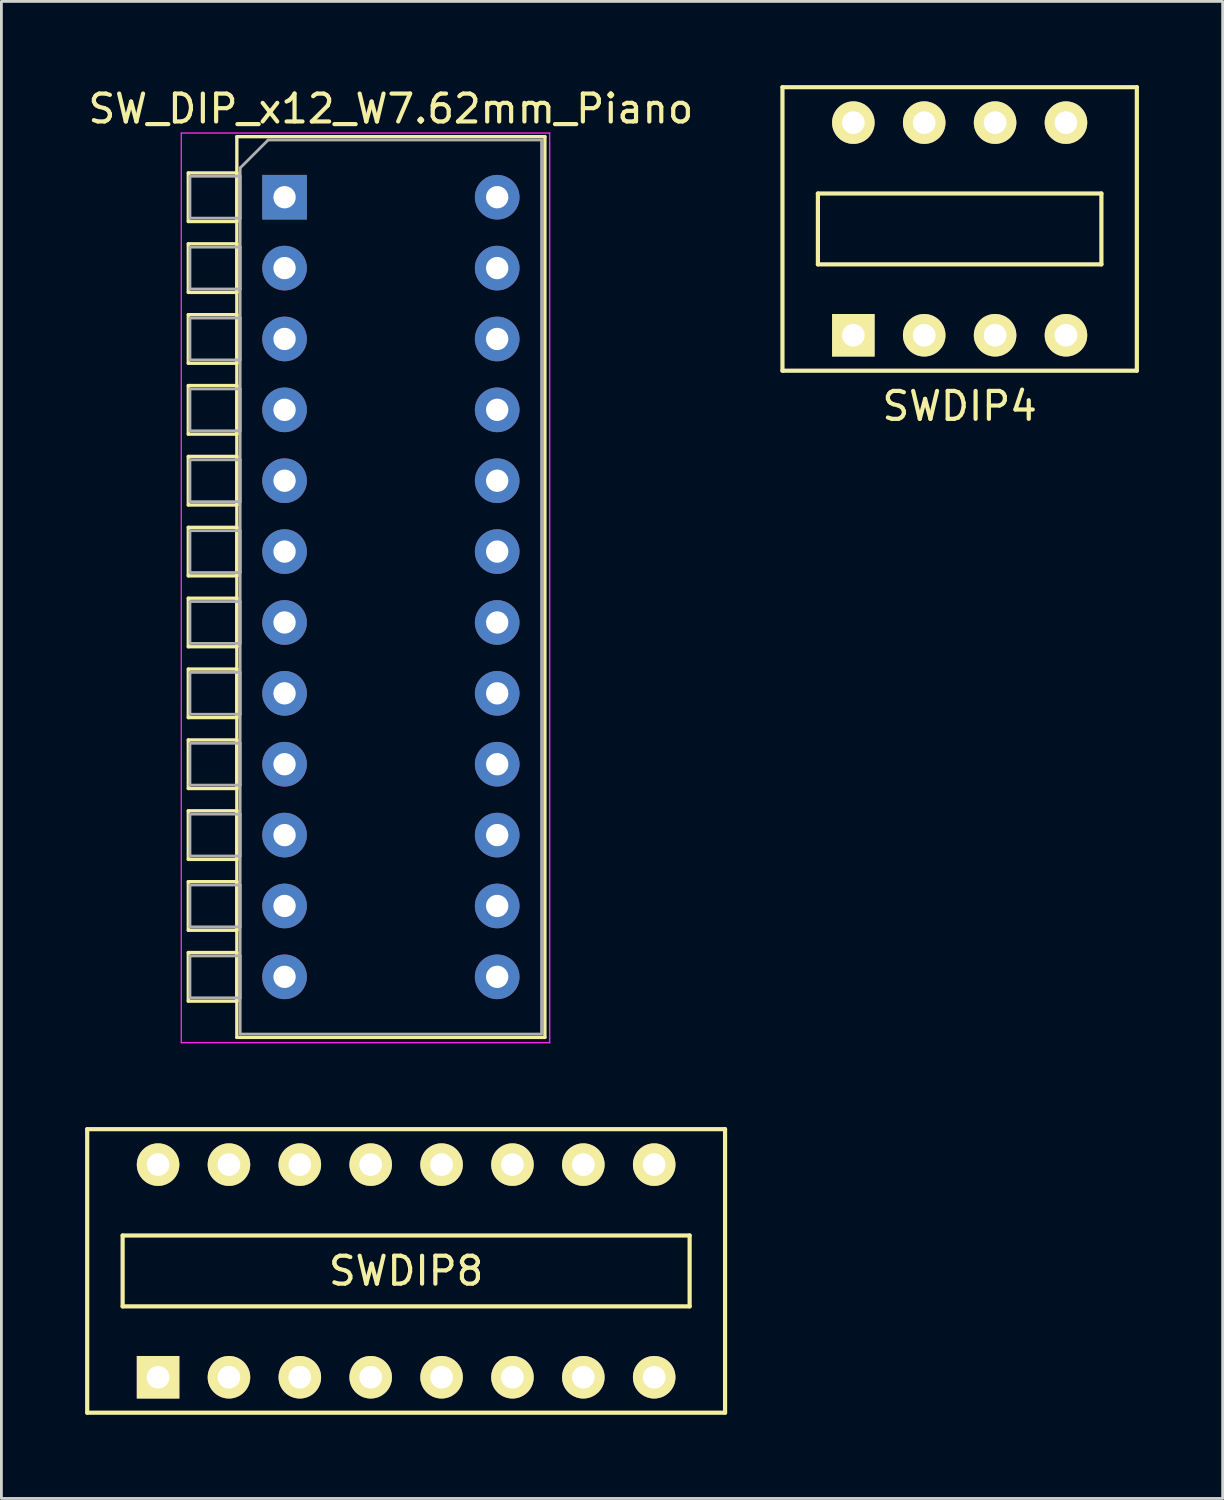
<source format=kicad_pcb>
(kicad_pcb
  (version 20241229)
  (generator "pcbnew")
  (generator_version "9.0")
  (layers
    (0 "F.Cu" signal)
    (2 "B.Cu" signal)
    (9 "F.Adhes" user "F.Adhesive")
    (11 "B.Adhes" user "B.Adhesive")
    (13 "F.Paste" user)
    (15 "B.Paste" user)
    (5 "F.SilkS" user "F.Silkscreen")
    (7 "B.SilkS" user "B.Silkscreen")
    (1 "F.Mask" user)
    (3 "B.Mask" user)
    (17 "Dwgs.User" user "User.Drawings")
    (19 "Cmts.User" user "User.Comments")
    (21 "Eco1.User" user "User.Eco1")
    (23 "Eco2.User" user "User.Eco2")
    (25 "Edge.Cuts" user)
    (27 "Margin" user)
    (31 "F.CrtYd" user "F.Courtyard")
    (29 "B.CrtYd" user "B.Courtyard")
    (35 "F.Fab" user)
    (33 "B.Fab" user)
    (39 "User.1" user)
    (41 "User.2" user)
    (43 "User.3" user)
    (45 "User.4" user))
  (footprint "SWDIP8"
    (layer "F.Cu")
    (at 11.505 42.498)
    (property "Reference" "SWDIP8" (at 0 0 0) (layer "F.SilkS") (effects (font (size 1 1) (thickness 0.15))))
    (attr through_hole)
    (fp_line (start -11.43 -5.08) (end -11.43 5.08) (stroke (width 0.15) (type solid)) (layer "F.SilkS"))
    (fp_line (start -11.43 5.08) (end 11.43 5.08) (stroke (width 0.15) (type solid)) (layer "F.SilkS"))
    (fp_line (start -10.16 -1.27) (end 10.16 -1.27) (stroke (width 0.15) (type solid)) (layer "F.SilkS"))
    (fp_line (start -10.16 1.27) (end -10.16 -1.27) (stroke (width 0.15) (type solid)) (layer "F.SilkS"))
    (fp_line (start 10.16 -1.27) (end 10.16 1.27) (stroke (width 0.15) (type solid)) (layer "F.SilkS"))
    (fp_line (start 10.16 1.27) (end -10.16 1.27) (stroke (width 0.15) (type solid)) (layer "F.SilkS"))
    (fp_line (start 11.43 -5.08) (end -11.43 -5.08) (stroke (width 0.15) (type solid)) (layer "F.SilkS"))
    (fp_line (start 11.43 5.08) (end 11.43 -5.08) (stroke (width 0.15) (type solid)) (layer "F.SilkS"))
    (pad "1" thru_hole rect (at -8.89 3.81) (size 1.524 1.524) (drill 0.813) (layers "*.Cu" "*.Mask" "F.SilkS"))
    (pad "2" thru_hole circle (at -6.35 3.81) (size 1.524 1.524) (drill 0.813) (layers "*.Cu" "*.Mask" "F.SilkS"))
    (pad "3" thru_hole circle (at -3.81 3.81) (size 1.524 1.524) (drill 0.813) (layers "*.Cu" "*.Mask" "F.SilkS"))
    (pad "4" thru_hole circle (at -1.27 3.81) (size 1.524 1.524) (drill 0.813) (layers "*.Cu" "*.Mask" "F.SilkS"))
    (pad "5" thru_hole circle (at 1.27 3.81) (size 1.524 1.524) (drill 0.813) (layers "*.Cu" "*.Mask" "F.SilkS"))
    (pad "6" thru_hole circle (at 3.81 3.81) (size 1.524 1.524) (drill 0.813) (layers "*.Cu" "*.Mask" "F.SilkS"))
    (pad "7" thru_hole circle (at 6.35 3.81) (size 1.524 1.524) (drill 0.813) (layers "*.Cu" "*.Mask" "F.SilkS"))
    (pad "8" thru_hole circle (at 8.89 3.81) (size 1.524 1.524) (drill 0.813) (layers "*.Cu" "*.Mask" "F.SilkS"))
    (pad "9" thru_hole circle (at 8.89 -3.81) (size 1.524 1.524) (drill 0.813) (layers "*.Cu" "*.Mask" "F.SilkS"))
    (pad "10" thru_hole circle (at 6.35 -3.81) (size 1.524 1.524) (drill 0.813) (layers "*.Cu" "*.Mask" "F.SilkS"))
    (pad "11" thru_hole circle (at 3.81 -3.81) (size 1.524 1.524) (drill 0.813) (layers "*.Cu" "*.Mask" "F.SilkS"))
    (pad "12" thru_hole circle (at 1.27 -3.81) (size 1.524 1.524) (drill 0.813) (layers "*.Cu" "*.Mask" "F.SilkS"))
    (pad "13" thru_hole circle (at -1.27 -3.81) (size 1.524 1.524) (drill 0.813) (layers "*.Cu" "*.Mask" "F.SilkS"))
    (pad "14" thru_hole circle (at -3.81 -3.81) (size 1.524 1.524) (drill 0.813) (layers "*.Cu" "*.Mask" "F.SilkS"))
    (pad "15" thru_hole circle (at -6.35 -3.81) (size 1.524 1.524) (drill 0.813) (layers "*.Cu" "*.Mask" "F.SilkS"))
    (pad "16" thru_hole circle (at -8.89 -3.81) (size 1.524 1.524) (drill 0.813) (layers "*.Cu" "*.Mask" "F.SilkS")))
  (footprint "SW_DIP_x12_W7.62mm_Piano"
    (layer "F.Cu")
    (at 7.148 4.018)
    (property "Reference" "SW_DIP_x12_W7.62mm_Piano" (at 3.81 -3.17 0) (layer "F.SilkS") (effects (font (size 1 1) (thickness 0.15))))
    (attr through_hole)
    (fp_line (start -3.45 -0.87) (end -3.45 0.87) (stroke (width 0.12) (type solid)) (layer "F.SilkS"))
    (fp_line (start -3.45 0.87) (end -1.71 0.87) (stroke (width 0.12) (type solid)) (layer "F.SilkS"))
    (fp_line (start -3.45 1.67) (end -3.45 3.41) (stroke (width 0.12) (type solid)) (layer "F.SilkS"))
    (fp_line (start -3.45 3.41) (end -1.71 3.41) (stroke (width 0.12) (type solid)) (layer "F.SilkS"))
    (fp_line (start -3.45 4.21) (end -3.45 5.95) (stroke (width 0.12) (type solid)) (layer "F.SilkS"))
    (fp_line (start -3.45 5.95) (end -1.71 5.95) (stroke (width 0.12) (type solid)) (layer "F.SilkS"))
    (fp_line (start -3.45 6.75) (end -3.45 8.49) (stroke (width 0.12) (type solid)) (layer "F.SilkS"))
    (fp_line (start -3.45 8.49) (end -1.71 8.49) (stroke (width 0.12) (type solid)) (layer "F.SilkS"))
    (fp_line (start -3.45 9.29) (end -3.45 11.03) (stroke (width 0.12) (type solid)) (layer "F.SilkS"))
    (fp_line (start -3.45 11.03) (end -1.71 11.03) (stroke (width 0.12) (type solid)) (layer "F.SilkS"))
    (fp_line (start -3.45 11.83) (end -3.45 13.57) (stroke (width 0.12) (type solid)) (layer "F.SilkS"))
    (fp_line (start -3.45 13.57) (end -1.71 13.57) (stroke (width 0.12) (type solid)) (layer "F.SilkS"))
    (fp_line (start -3.45 14.37) (end -3.45 16.11) (stroke (width 0.12) (type solid)) (layer "F.SilkS"))
    (fp_line (start -3.45 16.11) (end -1.71 16.11) (stroke (width 0.12) (type solid)) (layer "F.SilkS"))
    (fp_line (start -3.45 16.91) (end -3.45 18.65) (stroke (width 0.12) (type solid)) (layer "F.SilkS"))
    (fp_line (start -3.45 18.65) (end -1.71 18.65) (stroke (width 0.12) (type solid)) (layer "F.SilkS"))
    (fp_line (start -3.45 19.45) (end -3.45 21.19) (stroke (width 0.12) (type solid)) (layer "F.SilkS"))
    (fp_line (start -3.45 21.19) (end -1.71 21.19) (stroke (width 0.12) (type solid)) (layer "F.SilkS"))
    (fp_line (start -3.45 21.99) (end -3.45 23.73) (stroke (width 0.12) (type solid)) (layer "F.SilkS"))
    (fp_line (start -3.45 23.73) (end -1.71 23.73) (stroke (width 0.12) (type solid)) (layer "F.SilkS"))
    (fp_line (start -3.45 24.53) (end -3.45 26.27) (stroke (width 0.12) (type solid)) (layer "F.SilkS"))
    (fp_line (start -3.45 26.27) (end -1.71 26.27) (stroke (width 0.12) (type solid)) (layer "F.SilkS"))
    (fp_line (start -3.45 27.07) (end -3.45 28.81) (stroke (width 0.12) (type solid)) (layer "F.SilkS"))
    (fp_line (start -3.45 28.81) (end -1.71 28.81) (stroke (width 0.12) (type solid)) (layer "F.SilkS"))
    (fp_line (start -1.71 -2.17) (end 9.33 -2.17) (stroke (width 0.12) (type solid)) (layer "F.SilkS"))
    (fp_line (start -1.71 -0.87) (end -3.45 -0.87) (stroke (width 0.12) (type solid)) (layer "F.SilkS"))
    (fp_line (start -1.71 0.87) (end -1.71 -0.87) (stroke (width 0.12) (type solid)) (layer "F.SilkS"))
    (fp_line (start -1.71 1.67) (end -3.45 1.67) (stroke (width 0.12) (type solid)) (layer "F.SilkS"))
    (fp_line (start -1.71 3.41) (end -1.71 1.67) (stroke (width 0.12) (type solid)) (layer "F.SilkS"))
    (fp_line (start -1.71 4.21) (end -3.45 4.21) (stroke (width 0.12) (type solid)) (layer "F.SilkS"))
    (fp_line (start -1.71 5.95) (end -1.71 4.21) (stroke (width 0.12) (type solid)) (layer "F.SilkS"))
    (fp_line (start -1.71 6.75) (end -3.45 6.75) (stroke (width 0.12) (type solid)) (layer "F.SilkS"))
    (fp_line (start -1.71 8.49) (end -1.71 6.75) (stroke (width 0.12) (type solid)) (layer "F.SilkS"))
    (fp_line (start -1.71 9.29) (end -3.45 9.29) (stroke (width 0.12) (type solid)) (layer "F.SilkS"))
    (fp_line (start -1.71 11.03) (end -1.71 9.29) (stroke (width 0.12) (type solid)) (layer "F.SilkS"))
    (fp_line (start -1.71 11.83) (end -3.45 11.83) (stroke (width 0.12) (type solid)) (layer "F.SilkS"))
    (fp_line (start -1.71 13.57) (end -1.71 11.83) (stroke (width 0.12) (type solid)) (layer "F.SilkS"))
    (fp_line (start -1.71 14.37) (end -3.45 14.37) (stroke (width 0.12) (type solid)) (layer "F.SilkS"))
    (fp_line (start -1.71 16.11) (end -1.71 14.37) (stroke (width 0.12) (type solid)) (layer "F.SilkS"))
    (fp_line (start -1.71 16.91) (end -3.45 16.91) (stroke (width 0.12) (type solid)) (layer "F.SilkS"))
    (fp_line (start -1.71 18.65) (end -1.71 16.91) (stroke (width 0.12) (type solid)) (layer "F.SilkS"))
    (fp_line (start -1.71 19.45) (end -3.45 19.45) (stroke (width 0.12) (type solid)) (layer "F.SilkS"))
    (fp_line (start -1.71 21.19) (end -1.71 19.45) (stroke (width 0.12) (type solid)) (layer "F.SilkS"))
    (fp_line (start -1.71 21.99) (end -3.45 21.99) (stroke (width 0.12) (type solid)) (layer "F.SilkS"))
    (fp_line (start -1.71 23.73) (end -1.71 21.99) (stroke (width 0.12) (type solid)) (layer "F.SilkS"))
    (fp_line (start -1.71 24.53) (end -3.45 24.53) (stroke (width 0.12) (type solid)) (layer "F.SilkS"))
    (fp_line (start -1.71 26.27) (end -1.71 24.53) (stroke (width 0.12) (type solid)) (layer "F.SilkS"))
    (fp_line (start -1.71 27.07) (end -3.45 27.07) (stroke (width 0.12) (type solid)) (layer "F.SilkS"))
    (fp_line (start -1.71 28.81) (end -1.71 27.07) (stroke (width 0.12) (type solid)) (layer "F.SilkS"))
    (fp_line (start -1.71 30.11) (end -1.71 -2.17) (stroke (width 0.12) (type solid)) (layer "F.SilkS"))
    (fp_line (start 9.33 -2.17) (end 9.33 30.11) (stroke (width 0.12) (type solid)) (layer "F.SilkS"))
    (fp_line (start 9.33 30.11) (end -1.71 30.11) (stroke (width 0.12) (type solid)) (layer "F.SilkS"))
    (fp_line (start -3.7 -2.3) (end -3.7 30.3) (stroke (width 0.05) (type solid)) (layer "F.CrtYd"))
    (fp_line (start -3.7 30.3) (end 9.5 30.3) (stroke (width 0.05) (type solid)) (layer "F.CrtYd"))
    (fp_line (start 9.5 -2.3) (end -3.7 -2.3) (stroke (width 0.05) (type solid)) (layer "F.CrtYd"))
    (fp_line (start 9.5 30.3) (end 9.5 -2.3) (stroke (width 0.05) (type solid)) (layer "F.CrtYd"))
    (fp_line (start -3.39 -0.75) (end -1.59 -0.75) (stroke (width 0.1) (type solid)) (layer "F.Fab"))
    (fp_line (start -3.39 0.75) (end -3.39 -0.75) (stroke (width 0.1) (type solid)) (layer "F.Fab"))
    (fp_line (start -3.39 1.79) (end -1.59 1.79) (stroke (width 0.1) (type solid)) (layer "F.Fab"))
    (fp_line (start -3.39 3.29) (end -3.39 1.79) (stroke (width 0.1) (type solid)) (layer "F.Fab"))
    (fp_line (start -3.39 4.33) (end -1.59 4.33) (stroke (width 0.1) (type solid)) (layer "F.Fab"))
    (fp_line (start -3.39 5.83) (end -3.39 4.33) (stroke (width 0.1) (type solid)) (layer "F.Fab"))
    (fp_line (start -3.39 6.87) (end -1.59 6.87) (stroke (width 0.1) (type solid)) (layer "F.Fab"))
    (fp_line (start -3.39 8.37) (end -3.39 6.87) (stroke (width 0.1) (type solid)) (layer "F.Fab"))
    (fp_line (start -3.39 9.41) (end -1.59 9.41) (stroke (width 0.1) (type solid)) (layer "F.Fab"))
    (fp_line (start -3.39 10.91) (end -3.39 9.41) (stroke (width 0.1) (type solid)) (layer "F.Fab"))
    (fp_line (start -3.39 11.95) (end -1.59 11.95) (stroke (width 0.1) (type solid)) (layer "F.Fab"))
    (fp_line (start -3.39 13.45) (end -3.39 11.95) (stroke (width 0.1) (type solid)) (layer "F.Fab"))
    (fp_line (start -3.39 14.49) (end -1.59 14.49) (stroke (width 0.1) (type solid)) (layer "F.Fab"))
    (fp_line (start -3.39 15.99) (end -3.39 14.49) (stroke (width 0.1) (type solid)) (layer "F.Fab"))
    (fp_line (start -3.39 17.03) (end -1.59 17.03) (stroke (width 0.1) (type solid)) (layer "F.Fab"))
    (fp_line (start -3.39 18.53) (end -3.39 17.03) (stroke (width 0.1) (type solid)) (layer "F.Fab"))
    (fp_line (start -3.39 19.57) (end -1.59 19.57) (stroke (width 0.1) (type solid)) (layer "F.Fab"))
    (fp_line (start -3.39 21.07) (end -3.39 19.57) (stroke (width 0.1) (type solid)) (layer "F.Fab"))
    (fp_line (start -3.39 22.11) (end -1.59 22.11) (stroke (width 0.1) (type solid)) (layer "F.Fab"))
    (fp_line (start -3.39 23.61) (end -3.39 22.11) (stroke (width 0.1) (type solid)) (layer "F.Fab"))
    (fp_line (start -3.39 24.65) (end -1.59 24.65) (stroke (width 0.1) (type solid)) (layer "F.Fab"))
    (fp_line (start -3.39 26.15) (end -3.39 24.65) (stroke (width 0.1) (type solid)) (layer "F.Fab"))
    (fp_line (start -3.39 27.19) (end -1.59 27.19) (stroke (width 0.1) (type solid)) (layer "F.Fab"))
    (fp_line (start -3.39 28.69) (end -3.39 27.19) (stroke (width 0.1) (type solid)) (layer "F.Fab"))
    (fp_line (start -1.59 -1.05) (end -0.59 -2.05) (stroke (width 0.1) (type solid)) (layer "F.Fab"))
    (fp_line (start -1.59 -0.75) (end -1.59 0.75) (stroke (width 0.1) (type solid)) (layer "F.Fab"))
    (fp_line (start -1.59 0.75) (end -3.39 0.75) (stroke (width 0.1) (type solid)) (layer "F.Fab"))
    (fp_line (start -1.59 1.79) (end -1.59 3.29) (stroke (width 0.1) (type solid)) (layer "F.Fab"))
    (fp_line (start -1.59 3.29) (end -3.39 3.29) (stroke (width 0.1) (type solid)) (layer "F.Fab"))
    (fp_line (start -1.59 4.33) (end -1.59 5.83) (stroke (width 0.1) (type solid)) (layer "F.Fab"))
    (fp_line (start -1.59 5.83) (end -3.39 5.83) (stroke (width 0.1) (type solid)) (layer "F.Fab"))
    (fp_line (start -1.59 6.87) (end -1.59 8.37) (stroke (width 0.1) (type solid)) (layer "F.Fab"))
    (fp_line (start -1.59 8.37) (end -3.39 8.37) (stroke (width 0.1) (type solid)) (layer "F.Fab"))
    (fp_line (start -1.59 9.41) (end -1.59 10.91) (stroke (width 0.1) (type solid)) (layer "F.Fab"))
    (fp_line (start -1.59 10.91) (end -3.39 10.91) (stroke (width 0.1) (type solid)) (layer "F.Fab"))
    (fp_line (start -1.59 11.95) (end -1.59 13.45) (stroke (width 0.1) (type solid)) (layer "F.Fab"))
    (fp_line (start -1.59 13.45) (end -3.39 13.45) (stroke (width 0.1) (type solid)) (layer "F.Fab"))
    (fp_line (start -1.59 14.49) (end -1.59 15.99) (stroke (width 0.1) (type solid)) (layer "F.Fab"))
    (fp_line (start -1.59 15.99) (end -3.39 15.99) (stroke (width 0.1) (type solid)) (layer "F.Fab"))
    (fp_line (start -1.59 17.03) (end -1.59 18.53) (stroke (width 0.1) (type solid)) (layer "F.Fab"))
    (fp_line (start -1.59 18.53) (end -3.39 18.53) (stroke (width 0.1) (type solid)) (layer "F.Fab"))
    (fp_line (start -1.59 19.57) (end -1.59 21.07) (stroke (width 0.1) (type solid)) (layer "F.Fab"))
    (fp_line (start -1.59 21.07) (end -3.39 21.07) (stroke (width 0.1) (type solid)) (layer "F.Fab"))
    (fp_line (start -1.59 22.11) (end -1.59 23.61) (stroke (width 0.1) (type solid)) (layer "F.Fab"))
    (fp_line (start -1.59 23.61) (end -3.39 23.61) (stroke (width 0.1) (type solid)) (layer "F.Fab"))
    (fp_line (start -1.59 24.65) (end -1.59 26.15) (stroke (width 0.1) (type solid)) (layer "F.Fab"))
    (fp_line (start -1.59 26.15) (end -3.39 26.15) (stroke (width 0.1) (type solid)) (layer "F.Fab"))
    (fp_line (start -1.59 27.19) (end -1.59 28.69) (stroke (width 0.1) (type solid)) (layer "F.Fab"))
    (fp_line (start -1.59 28.69) (end -3.39 28.69) (stroke (width 0.1) (type solid)) (layer "F.Fab"))
    (fp_line (start -1.59 29.99) (end -1.59 -1.05) (stroke (width 0.1) (type solid)) (layer "F.Fab"))
    (fp_line (start -0.59 -2.05) (end 9.21 -2.05) (stroke (width 0.1) (type solid)) (layer "F.Fab"))
    (fp_line (start 9.21 -2.05) (end 9.21 29.99) (stroke (width 0.1) (type solid)) (layer "F.Fab"))
    (fp_line (start 9.21 29.99) (end -1.59 29.99) (stroke (width 0.1) (type solid)) (layer "F.Fab"))
    (pad "1" thru_hole rect (at 0 0) (size 1.6 1.6) (drill 0.8) (layers "*.Cu" "*.Mask"))
    (pad "2" thru_hole oval (at 0 2.54) (size 1.6 1.6) (drill 0.8) (layers "*.Cu" "*.Mask"))
    (pad "3" thru_hole oval (at 0 5.08) (size 1.6 1.6) (drill 0.8) (layers "*.Cu" "*.Mask"))
    (pad "4" thru_hole oval (at 0 7.62) (size 1.6 1.6) (drill 0.8) (layers "*.Cu" "*.Mask"))
    (pad "5" thru_hole oval (at 0 10.16) (size 1.6 1.6) (drill 0.8) (layers "*.Cu" "*.Mask"))
    (pad "6" thru_hole oval (at 0 12.7) (size 1.6 1.6) (drill 0.8) (layers "*.Cu" "*.Mask"))
    (pad "7" thru_hole oval (at 0 15.24) (size 1.6 1.6) (drill 0.8) (layers "*.Cu" "*.Mask"))
    (pad "8" thru_hole oval (at 0 17.78) (size 1.6 1.6) (drill 0.8) (layers "*.Cu" "*.Mask"))
    (pad "9" thru_hole oval (at 0 20.32) (size 1.6 1.6) (drill 0.8) (layers "*.Cu" "*.Mask"))
    (pad "10" thru_hole oval (at 0 22.86) (size 1.6 1.6) (drill 0.8) (layers "*.Cu" "*.Mask"))
    (pad "11" thru_hole oval (at 0 25.4) (size 1.6 1.6) (drill 0.8) (layers "*.Cu" "*.Mask"))
    (pad "12" thru_hole oval (at 0 27.94) (size 1.6 1.6) (drill 0.8) (layers "*.Cu" "*.Mask"))
    (pad "13" thru_hole oval (at 7.62 27.94) (size 1.6 1.6) (drill 0.8) (layers "*.Cu" "*.Mask"))
    (pad "14" thru_hole oval (at 7.62 25.4) (size 1.6 1.6) (drill 0.8) (layers "*.Cu" "*.Mask"))
    (pad "15" thru_hole oval (at 7.62 22.86) (size 1.6 1.6) (drill 0.8) (layers "*.Cu" "*.Mask"))
    (pad "16" thru_hole oval (at 7.62 20.32) (size 1.6 1.6) (drill 0.8) (layers "*.Cu" "*.Mask"))
    (pad "17" thru_hole oval (at 7.62 17.78) (size 1.6 1.6) (drill 0.8) (layers "*.Cu" "*.Mask"))
    (pad "18" thru_hole oval (at 7.62 15.24) (size 1.6 1.6) (drill 0.8) (layers "*.Cu" "*.Mask"))
    (pad "19" thru_hole oval (at 7.62 12.7) (size 1.6 1.6) (drill 0.8) (layers "*.Cu" "*.Mask"))
    (pad "20" thru_hole oval (at 7.62 10.16) (size 1.6 1.6) (drill 0.8) (layers "*.Cu" "*.Mask"))
    (pad "21" thru_hole oval (at 7.62 7.62) (size 1.6 1.6) (drill 0.8) (layers "*.Cu" "*.Mask"))
    (pad "22" thru_hole oval (at 7.62 5.08) (size 1.6 1.6) (drill 0.8) (layers "*.Cu" "*.Mask"))
    (pad "23" thru_hole oval (at 7.62 2.54) (size 1.6 1.6) (drill 0.8) (layers "*.Cu" "*.Mask"))
    (pad "24" thru_hole oval (at 7.62 0) (size 1.6 1.6) (drill 0.8) (layers "*.Cu" "*.Mask")))
  (footprint "SWDIP4"
    (layer "F.Cu")
    (at 31.342 5.155)
    (property "Reference" "SWDIP4" (at 0 6.35 0) (layer "F.SilkS") (effects (font (size 1 1) (thickness 0.15))))
    (attr through_hole)
    (fp_line (start -6.35 -5.08) (end 6.35 -5.08) (stroke (width 0.15) (type solid)) (layer "F.SilkS"))
    (fp_line (start -6.35 5.08) (end -6.35 -5.08) (stroke (width 0.15) (type solid)) (layer "F.SilkS"))
    (fp_line (start -5.08 -1.27) (end 5.08 -1.27) (stroke (width 0.15) (type solid)) (layer "F.SilkS"))
    (fp_line (start -5.08 1.27) (end -5.08 -1.27) (stroke (width 0.15) (type solid)) (layer "F.SilkS"))
    (fp_line (start 5.08 -1.27) (end 5.08 1.27) (stroke (width 0.15) (type solid)) (layer "F.SilkS"))
    (fp_line (start 5.08 1.27) (end -5.08 1.27) (stroke (width 0.15) (type solid)) (layer "F.SilkS"))
    (fp_line (start 6.35 -5.08) (end 6.35 5.08) (stroke (width 0.15) (type solid)) (layer "F.SilkS"))
    (fp_line (start 6.35 5.08) (end -6.35 5.08) (stroke (width 0.15) (type solid)) (layer "F.SilkS"))
    (pad "1" thru_hole rect (at -3.81 3.81) (size 1.524 1.524) (drill 0.813) (layers "*.Cu" "*.Mask" "F.SilkS"))
    (pad "2" thru_hole circle (at -1.27 3.81) (size 1.524 1.524) (drill 0.813) (layers "*.Cu" "*.Mask" "F.SilkS"))
    (pad "3" thru_hole circle (at 1.27 3.81) (size 1.524 1.524) (drill 0.813) (layers "*.Cu" "*.Mask" "F.SilkS"))
    (pad "4" thru_hole circle (at 3.81 3.81) (size 1.524 1.524) (drill 0.813) (layers "*.Cu" "*.Mask" "F.SilkS"))
    (pad "5" thru_hole circle (at 3.81 -3.81) (size 1.524 1.524) (drill 0.813) (layers "*.Cu" "*.Mask" "F.SilkS"))
    (pad "6" thru_hole circle (at 1.27 -3.81) (size 1.524 1.524) (drill 0.813) (layers "*.Cu" "*.Mask" "F.SilkS"))
    (pad "7" thru_hole circle (at -1.27 -3.81) (size 1.524 1.524) (drill 0.813) (layers "*.Cu" "*.Mask" "F.SilkS"))
    (pad "8" thru_hole circle (at -3.81 -3.81) (size 1.524 1.524) (drill 0.813) (layers "*.Cu" "*.Mask" "F.SilkS")))
  (gr_rect
    (start -3 -3)
    (end 40.767 50.653)
    (stroke (width 0.1) (type default))
    (fill no)
    (layer "Edge.Cuts")))
</source>
